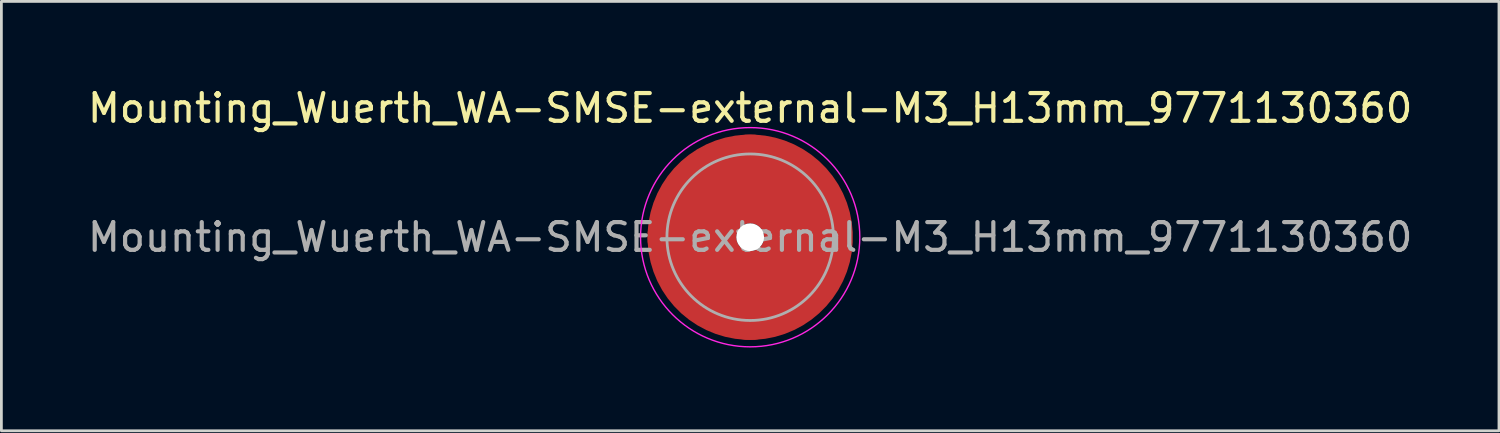
<source format=kicad_pcb>
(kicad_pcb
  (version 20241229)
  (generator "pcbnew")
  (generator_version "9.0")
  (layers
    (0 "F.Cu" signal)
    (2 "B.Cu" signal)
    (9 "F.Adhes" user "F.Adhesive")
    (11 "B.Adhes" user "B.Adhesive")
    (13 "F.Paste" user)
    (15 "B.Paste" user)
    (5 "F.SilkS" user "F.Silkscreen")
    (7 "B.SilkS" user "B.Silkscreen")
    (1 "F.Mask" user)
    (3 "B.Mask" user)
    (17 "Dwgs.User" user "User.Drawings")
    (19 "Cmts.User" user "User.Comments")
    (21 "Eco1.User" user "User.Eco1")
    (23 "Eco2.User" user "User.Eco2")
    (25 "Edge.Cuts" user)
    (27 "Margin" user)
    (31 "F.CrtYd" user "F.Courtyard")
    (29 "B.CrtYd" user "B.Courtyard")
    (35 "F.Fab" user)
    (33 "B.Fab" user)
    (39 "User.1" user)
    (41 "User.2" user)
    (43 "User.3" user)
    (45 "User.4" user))
  (footprint "Mounting_Wuerth_WA-SMSE-external-M3_H13mm_9771130360"
    (layer "F.Cu")
    (at 23.982 5.498)
    (property "Reference" "Mounting_Wuerth_WA-SMSE-external-M3_H13mm_9771130360" (at 0 -4.65 0) (layer "F.SilkS") (effects (font (size 1 1) (thickness 0.15))))
    (attr smd)
    (fp_circle (center 0 0) (end 3.95 0) (stroke (width 0.05) (type solid)) (fill no) (layer "F.CrtYd"))
    (fp_circle (center 0 0) (end 3 0) (stroke (width 0.1) (type solid)) (fill no) (layer "F.Fab"))
    (fp_text user "${REFERENCE}" (at 0 0 0) (layer "F.Fab") (effects (font (size 1 1) (thickness 0.15))))
    (pad "" smd custom (at 0 -2.1) (size 3 3) (layers "F.Paste") (options (anchor circle)) (primitives (gr_arc (start -0.429069 0.82) (mid 0 0.75) (end 0.429069 0.82) (width 1.5)) (gr_arc (start -1.664812 0.82) (mid 0 0) (end 1.664812 0.82) (width 1.5)) (gr_arc (start -2.54639 0.82) (mid 0 -0.75) (end 2.54639 0.82) (width 1.5)) (gr_line (start 0.429 0.82) (end 2.546 0.82) (width 1.5)) (gr_line (start -0.429 0.82) (end -2.546 0.82) (width 1.5))))
    (pad "" np_thru_hole circle (at 0 0) (size 1 1) (drill 1) (layers "*.Cu" "*.Mask"))
    (pad "" smd custom (at 0 2.1) (size 3 3) (layers "F.Paste") (options (anchor circle)) (primitives (gr_arc (start 0.429069 -0.82) (mid 0 -0.75) (end -0.429069 -0.82) (width 1.5)) (gr_arc (start 1.664812 -0.82) (mid 0 0) (end -1.664812 -0.82) (width 1.5)) (gr_arc (start 2.54639 -0.82) (mid 0 0.75) (end -2.54639 -0.82) (width 1.5)) (gr_line (start -0.429 -0.82) (end -2.546 -0.82) (width 1.5)) (gr_line (start 0.429 -0.82) (end 2.546 -0.82) (width 1.5))))
    (pad "1" smd circle (at -2.1 0) (size 3.2 3.2) (layers "F.Cu"))
    (pad "1" smd circle (at 0 -2.1) (size 3.2 3.2) (layers "F.Cu"))
    (pad "1" smd circle (at 0 2.1) (size 3.2 3.2) (layers "F.Cu"))
    (pad "1" smd custom (at 2.1 0) (size 3.2 3.2) (layers "F.Cu" "F.Mask") (options (anchor circle)) (primitives (gr_circle (center -2.1 0) (end 0 0) (width 3.2) (fill no)))))
  (gr_rect
    (start -3 -3)
    (end 50.964 12.473)
    (stroke (width 0.1) (type default))
    (fill no)
    (layer "Edge.Cuts")))
</source>
